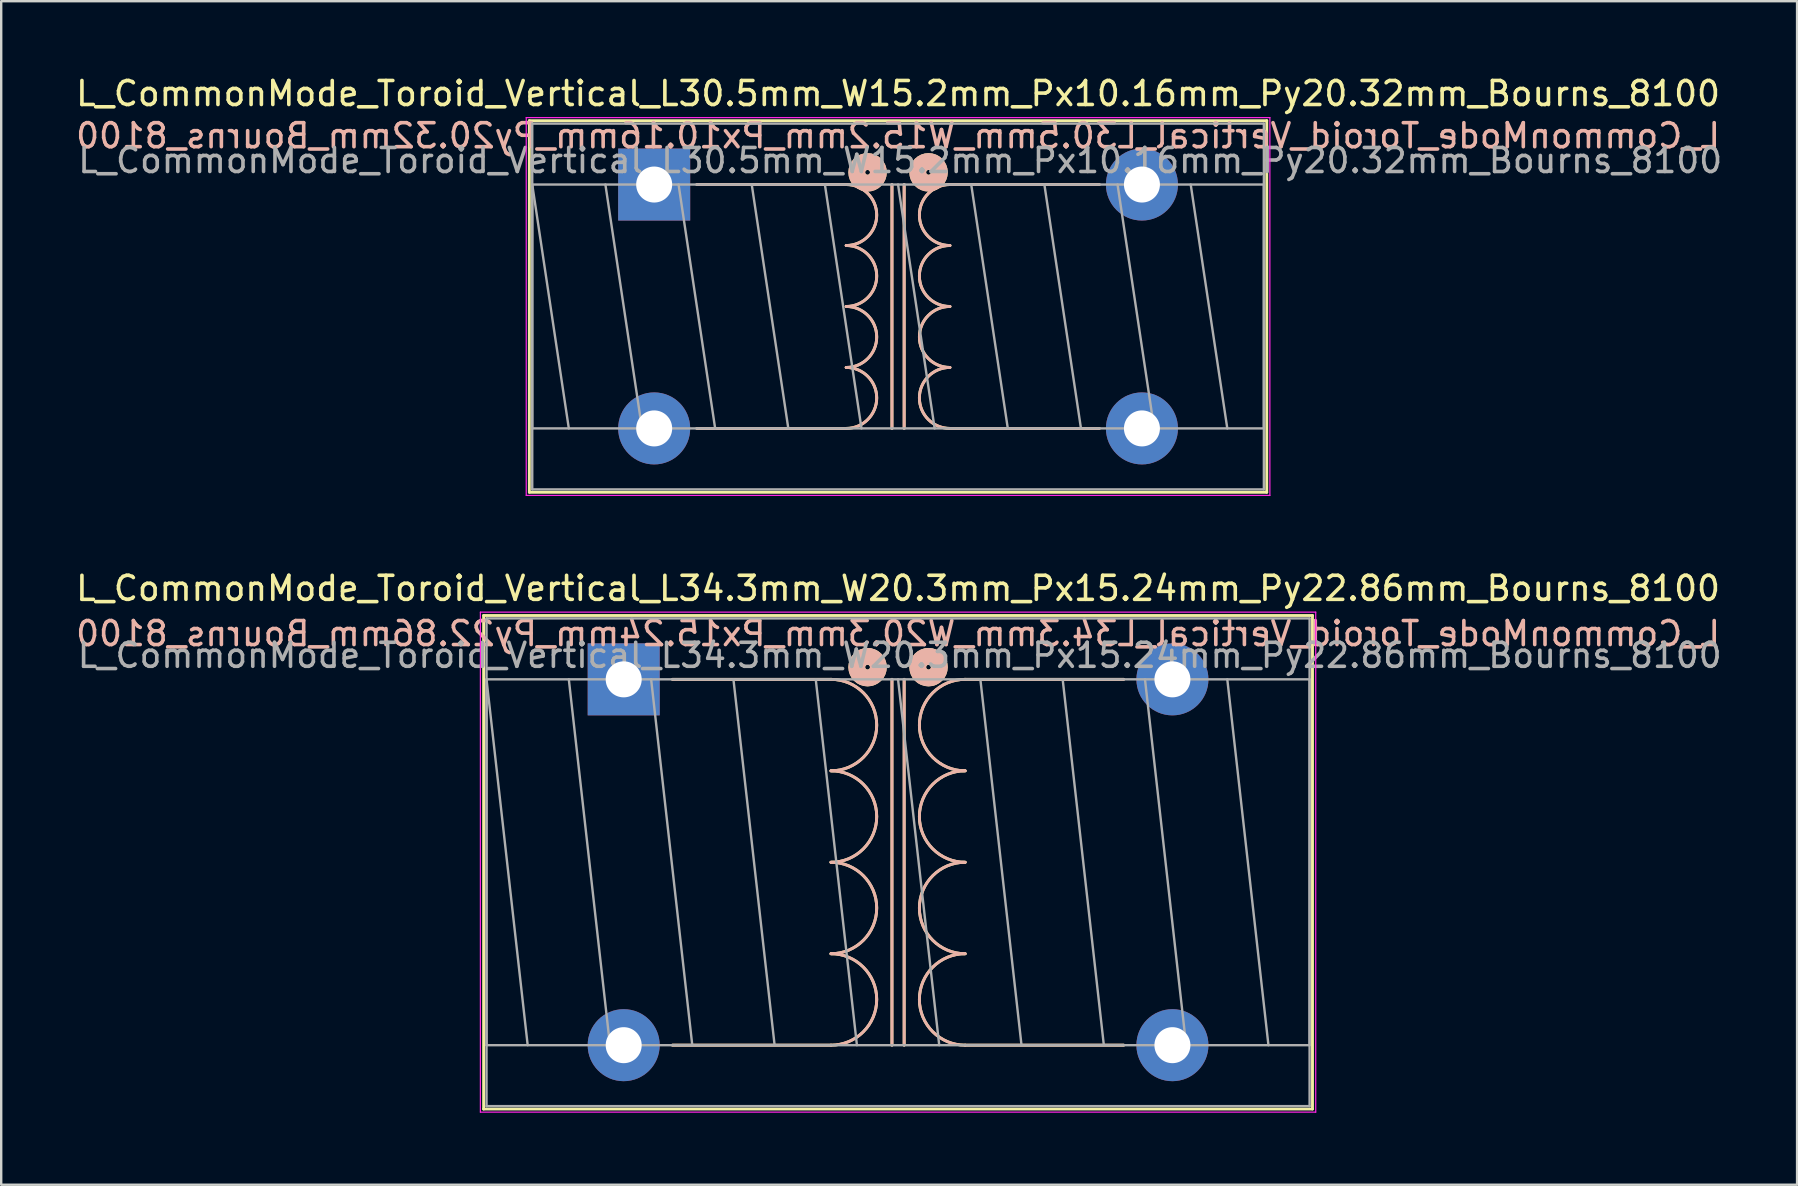
<source format=kicad_pcb>
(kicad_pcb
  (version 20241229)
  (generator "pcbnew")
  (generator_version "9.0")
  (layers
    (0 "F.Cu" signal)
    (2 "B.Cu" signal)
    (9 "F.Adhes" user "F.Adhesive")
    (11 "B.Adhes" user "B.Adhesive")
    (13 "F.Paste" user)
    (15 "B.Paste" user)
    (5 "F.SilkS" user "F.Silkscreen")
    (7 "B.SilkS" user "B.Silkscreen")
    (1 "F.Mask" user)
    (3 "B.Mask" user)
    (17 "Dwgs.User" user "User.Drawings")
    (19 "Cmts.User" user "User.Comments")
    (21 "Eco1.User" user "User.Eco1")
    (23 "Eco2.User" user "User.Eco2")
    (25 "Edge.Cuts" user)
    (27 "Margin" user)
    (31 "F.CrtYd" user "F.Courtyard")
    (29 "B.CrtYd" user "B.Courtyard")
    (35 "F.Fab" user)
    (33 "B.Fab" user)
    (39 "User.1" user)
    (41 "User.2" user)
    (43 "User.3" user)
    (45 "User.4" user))
  (footprint "L_CommonMode_Toroid_Vertical_L30.5mm_W15.2mm_Px10.16mm_Py20.32mm_Bourns_8100"
    (layer "F.Cu")
    (at 24.203 4.638)
    (property "Reference" "L_CommonMode_Toroid_Vertical_L30.5mm_W15.2mm_Px10.16mm_Py20.32mm_Bourns_8100" (at 10.16 -3.79 0) (layer "F.SilkS") (effects (font (size 1 1) (thickness 0.15))))
    (fp_line (start -5.2 -2.66) (end -5.2 12.82) (stroke (width 0.12) (type solid)) (layer "F.SilkS"))
    (fp_line (start -5.2 -2.66) (end 25.52 -2.66) (stroke (width 0.12) (type solid)) (layer "F.SilkS"))
    (fp_line (start -5.2 12.82) (end 25.52 12.82) (stroke (width 0.12) (type solid)) (layer "F.SilkS"))
    (fp_line (start 1.778 0) (end 8.001 0) (stroke (width 0.12) (type solid)) (layer "F.SilkS"))
    (fp_line (start 1.778 10.16) (end 8.001 10.16) (stroke (width 0.12) (type solid)) (layer "F.SilkS"))
    (fp_line (start 9.906 10.16) (end 9.906 0) (stroke (width 0.12) (type solid)) (layer "F.SilkS"))
    (fp_line (start 10.414 0) (end 10.414 10.16) (stroke (width 0.12) (type solid)) (layer "F.SilkS"))
    (fp_line (start 12.319 0) (end 18.542 0) (stroke (width 0.12) (type solid)) (layer "F.SilkS"))
    (fp_line (start 12.319 10.16) (end 18.542 10.16) (stroke (width 0.12) (type solid)) (layer "F.SilkS"))
    (fp_line (start 25.52 -2.66) (end 25.52 12.82) (stroke (width 0.12) (type solid)) (layer "F.SilkS"))
    (fp_arc (start 8.001 0) (mid 9.271 1.27) (end 8.001 2.54) (stroke (width 0.12) (type solid)) (layer "F.SilkS"))
    (fp_arc (start 8.001 2.54) (mid 9.271 3.81) (end 8.001 5.08) (stroke (width 0.12) (type solid)) (layer "F.SilkS"))
    (fp_arc (start 8.001 5.08) (mid 9.271 6.35) (end 8.001 7.62) (stroke (width 0.12) (type solid)) (layer "F.SilkS"))
    (fp_arc (start 8.001 7.62) (mid 9.271 8.89) (end 8.001 10.16) (stroke (width 0.12) (type solid)) (layer "F.SilkS"))
    (fp_arc (start 12.319 2.54) (mid 11.049 1.27) (end 12.319 0) (stroke (width 0.12) (type solid)) (layer "F.SilkS"))
    (fp_arc (start 12.319 5.08) (mid 11.049 3.81) (end 12.319 2.54) (stroke (width 0.12) (type solid)) (layer "F.SilkS"))
    (fp_arc (start 12.319 7.62) (mid 11.049 6.35) (end 12.319 5.08) (stroke (width 0.12) (type solid)) (layer "F.SilkS"))
    (fp_arc (start 12.319 10.16) (mid 11.049 8.89) (end 12.319 7.62) (stroke (width 0.12) (type solid)) (layer "F.SilkS"))
    (fp_circle (center 8.89 -0.508) (end 8.99 -0.508) (stroke (width 0.7) (type solid)) (fill no) (layer "F.SilkS"))
    (fp_circle (center 11.43 -0.508) (end 11.53 -0.508) (stroke (width 0.7) (type solid)) (fill no) (layer "F.SilkS"))
    (fp_line (start 8.001 0) (end 1.778 0) (stroke (width 0.12) (type solid)) (layer "B.SilkS"))
    (fp_line (start 8.001 10.16) (end 1.778 10.16) (stroke (width 0.12) (type solid)) (layer "B.SilkS"))
    (fp_line (start 9.906 0) (end 9.906 10.16) (stroke (width 0.12) (type solid)) (layer "B.SilkS"))
    (fp_line (start 10.414 10.16) (end 10.414 0) (stroke (width 0.12) (type solid)) (layer "B.SilkS"))
    (fp_line (start 18.542 0) (end 12.319 0) (stroke (width 0.12) (type solid)) (layer "B.SilkS"))
    (fp_line (start 18.542 10.16) (end 12.319 10.16) (stroke (width 0.12) (type solid)) (layer "B.SilkS"))
    (fp_arc (start 8.001 0) (mid 9.271 1.27) (end 8.001 2.54) (stroke (width 0.12) (type solid)) (layer "B.SilkS"))
    (fp_arc (start 8.001 2.54) (mid 9.271 3.81) (end 8.001 5.08) (stroke (width 0.12) (type solid)) (layer "B.SilkS"))
    (fp_arc (start 8.001 5.08) (mid 9.271 6.35) (end 8.001 7.62) (stroke (width 0.12) (type solid)) (layer "B.SilkS"))
    (fp_arc (start 8.001 7.62) (mid 9.271 8.89) (end 8.001 10.16) (stroke (width 0.12) (type solid)) (layer "B.SilkS"))
    (fp_arc (start 12.319 2.54) (mid 11.049 1.27) (end 12.319 0) (stroke (width 0.12) (type solid)) (layer "B.SilkS"))
    (fp_arc (start 12.319 5.08) (mid 11.049 3.81) (end 12.319 2.54) (stroke (width 0.12) (type solid)) (layer "B.SilkS"))
    (fp_arc (start 12.319 7.62) (mid 11.049 6.35) (end 12.319 5.08) (stroke (width 0.12) (type solid)) (layer "B.SilkS"))
    (fp_arc (start 12.319 10.16) (mid 11.049 8.89) (end 12.319 7.62) (stroke (width 0.12) (type solid)) (layer "B.SilkS"))
    (fp_circle (center 8.89 -0.508) (end 8.79 -0.508) (stroke (width 0.7) (type solid)) (fill no) (layer "B.SilkS"))
    (fp_circle (center 11.43 -0.508) (end 11.33 -0.508) (stroke (width 0.7) (type solid)) (fill no) (layer "B.SilkS"))
    (fp_line (start -5.33 -2.79) (end -5.33 12.95) (stroke (width 0.05) (type solid)) (layer "F.CrtYd"))
    (fp_line (start -5.33 12.95) (end 25.65 12.95) (stroke (width 0.05) (type solid)) (layer "F.CrtYd"))
    (fp_line (start 25.65 -2.79) (end -5.33 -2.79) (stroke (width 0.05) (type solid)) (layer "F.CrtYd"))
    (fp_line (start 25.65 12.95) (end 25.65 -2.79) (stroke (width 0.05) (type solid)) (layer "F.CrtYd"))
    (fp_line (start -5.08 -2.54) (end -5.08 12.7) (stroke (width 0.1) (type solid)) (layer "F.Fab"))
    (fp_line (start -5.08 0) (end -5.08 10.16) (stroke (width 0.1) (type solid)) (layer "F.Fab"))
    (fp_line (start -5.08 0) (end -3.556 10.16) (stroke (width 0.1) (type solid)) (layer "F.Fab"))
    (fp_line (start -5.08 10.16) (end 25.4 10.16) (stroke (width 0.1) (type solid)) (layer "F.Fab"))
    (fp_line (start -5.08 12.7) (end 25.4 12.7) (stroke (width 0.1) (type solid)) (layer "F.Fab"))
    (fp_line (start -2.032 0) (end -0.508 10.16) (stroke (width 0.1) (type solid)) (layer "F.Fab"))
    (fp_line (start 1.016 0) (end 2.54 10.16) (stroke (width 0.1) (type solid)) (layer "F.Fab"))
    (fp_line (start 4.064 0) (end 5.588 10.16) (stroke (width 0.1) (type solid)) (layer "F.Fab"))
    (fp_line (start 7.112 0) (end 8.636 10.16) (stroke (width 0.1) (type solid)) (layer "F.Fab"))
    (fp_line (start 10.16 0) (end 11.684 10.16) (stroke (width 0.1) (type solid)) (layer "F.Fab"))
    (fp_line (start 13.208 0) (end 14.732 10.16) (stroke (width 0.1) (type solid)) (layer "F.Fab"))
    (fp_line (start 16.256 0) (end 17.78 10.16) (stroke (width 0.1) (type solid)) (layer "F.Fab"))
    (fp_line (start 19.304 0) (end 20.828 10.16) (stroke (width 0.1) (type solid)) (layer "F.Fab"))
    (fp_line (start 22.352 0) (end 23.876 10.16) (stroke (width 0.1) (type solid)) (layer "F.Fab"))
    (fp_line (start 25.4 -2.54) (end -5.08 -2.54) (stroke (width 0.1) (type solid)) (layer "F.Fab"))
    (fp_line (start 25.4 0) (end -5.08 0) (stroke (width 0.1) (type solid)) (layer "F.Fab"))
    (fp_line (start 25.4 10.16) (end 25.4 0) (stroke (width 0.1) (type solid)) (layer "F.Fab"))
    (fp_line (start 25.4 12.7) (end 25.4 -2.54) (stroke (width 0.1) (type solid)) (layer "F.Fab"))
    (fp_text user "${REFERENCE}" (at 10.16 -2.032 0) (layer "B.SilkS") (effects (font (size 1 1) (thickness 0.15)) (justify mirror)))
    (fp_text user "${REFERENCE}" (at 10.25 -1 0) (layer "F.Fab") (effects (font (size 1 1) (thickness 0.15))))
    (pad "1" thru_hole rect (at 0 0) (size 3 3) (drill 1.5) (layers "*.Cu" "*.Mask"))
    (pad "2" thru_hole circle (at 0 10.16) (size 3 3) (drill 1.5) (layers "*.Cu" "*.Mask"))
    (pad "3" thru_hole circle (at 20.32 10.16) (size 3 3) (drill 1.5) (layers "*.Cu" "*.Mask"))
    (pad "4" thru_hole circle (at 20.32 0) (size 3 3) (drill 1.5) (layers "*.Cu" "*.Mask")))
  (footprint "L_CommonMode_Toroid_Vertical_L34.3mm_W20.3mm_Px15.24mm_Py22.86mm_Bourns_8100"
    (layer "F.Cu")
    (at 22.933 25.252)
    (property "Reference" "L_CommonMode_Toroid_Vertical_L34.3mm_W20.3mm_Px15.24mm_Py22.86mm_Bourns_8100" (at 11.43 -3.79 0) (layer "F.SilkS") (effects (font (size 1 1) (thickness 0.15))))
    (fp_line (start -5.835 -2.66) (end -5.835 17.9) (stroke (width 0.12) (type solid)) (layer "F.SilkS"))
    (fp_line (start -5.835 -2.66) (end 28.695 -2.66) (stroke (width 0.12) (type solid)) (layer "F.SilkS"))
    (fp_line (start -5.835 17.9) (end 28.695 17.9) (stroke (width 0.12) (type solid)) (layer "F.SilkS"))
    (fp_line (start 2.032 0) (end 8.636 0) (stroke (width 0.12) (type solid)) (layer "F.SilkS"))
    (fp_line (start 2.032 15.24) (end 8.636 15.24) (stroke (width 0.12) (type solid)) (layer "F.SilkS"))
    (fp_line (start 11.176 0) (end 11.176 15.24) (stroke (width 0.12) (type solid)) (layer "F.SilkS"))
    (fp_line (start 11.684 15.24) (end 11.684 0) (stroke (width 0.12) (type solid)) (layer "F.SilkS"))
    (fp_line (start 20.828 0) (end 14.224 0) (stroke (width 0.12) (type solid)) (layer "F.SilkS"))
    (fp_line (start 20.828 15.24) (end 14.224 15.24) (stroke (width 0.12) (type solid)) (layer "F.SilkS"))
    (fp_line (start 28.695 -2.66) (end 28.695 17.9) (stroke (width 0.12) (type solid)) (layer "F.SilkS"))
    (fp_arc (start 8.636 0) (mid 10.541 1.905) (end 8.636 3.81) (stroke (width 0.12) (type solid)) (layer "F.SilkS"))
    (fp_arc (start 8.636 3.81) (mid 10.541 5.715) (end 8.636 7.62) (stroke (width 0.12) (type solid)) (layer "F.SilkS"))
    (fp_arc (start 8.636 7.62) (mid 10.541 9.525) (end 8.636 11.43) (stroke (width 0.12) (type solid)) (layer "F.SilkS"))
    (fp_arc (start 8.636 11.43) (mid 10.541 13.335) (end 8.636 15.24) (stroke (width 0.12) (type solid)) (layer "F.SilkS"))
    (fp_arc (start 14.224 3.81) (mid 12.319 1.905) (end 14.224 0) (stroke (width 0.12) (type solid)) (layer "F.SilkS"))
    (fp_arc (start 14.224 7.62) (mid 12.319 5.715) (end 14.224 3.81) (stroke (width 0.12) (type solid)) (layer "F.SilkS"))
    (fp_arc (start 14.224 11.43) (mid 12.319 9.525) (end 14.224 7.62) (stroke (width 0.12) (type solid)) (layer "F.SilkS"))
    (fp_arc (start 14.224 15.24) (mid 12.319 13.335) (end 14.224 11.43) (stroke (width 0.12) (type solid)) (layer "F.SilkS"))
    (fp_circle (center 10.16 -0.508) (end 10.26 -0.508) (stroke (width 0.7) (type solid)) (fill no) (layer "F.SilkS"))
    (fp_circle (center 12.7 -0.508) (end 12.8 -0.508) (stroke (width 0.7) (type solid)) (fill no) (layer "F.SilkS"))
    (fp_line (start 2.032 0) (end 8.636 0) (stroke (width 0.12) (type solid)) (layer "B.SilkS"))
    (fp_line (start 2.032 15.24) (end 8.636 15.24) (stroke (width 0.12) (type solid)) (layer "B.SilkS"))
    (fp_line (start 11.176 15.24) (end 11.176 0) (stroke (width 0.12) (type solid)) (layer "B.SilkS"))
    (fp_line (start 11.684 0) (end 11.684 15.24) (stroke (width 0.12) (type solid)) (layer "B.SilkS"))
    (fp_line (start 20.828 0) (end 14.224 0) (stroke (width 0.12) (type solid)) (layer "B.SilkS"))
    (fp_line (start 20.828 15.24) (end 14.224 15.24) (stroke (width 0.12) (type solid)) (layer "B.SilkS"))
    (fp_arc (start 8.636 0) (mid 10.541 1.905) (end 8.636 3.81) (stroke (width 0.12) (type solid)) (layer "B.SilkS"))
    (fp_arc (start 8.636 3.81) (mid 10.541 5.715) (end 8.636 7.62) (stroke (width 0.12) (type solid)) (layer "B.SilkS"))
    (fp_arc (start 8.636 7.62) (mid 10.541 9.525) (end 8.636 11.43) (stroke (width 0.12) (type solid)) (layer "B.SilkS"))
    (fp_arc (start 8.636 11.43) (mid 10.541 13.335) (end 8.636 15.24) (stroke (width 0.12) (type solid)) (layer "B.SilkS"))
    (fp_arc (start 14.224 3.81) (mid 12.319 1.905) (end 14.224 0) (stroke (width 0.12) (type solid)) (layer "B.SilkS"))
    (fp_arc (start 14.224 7.62) (mid 12.319 5.715) (end 14.224 3.81) (stroke (width 0.12) (type solid)) (layer "B.SilkS"))
    (fp_arc (start 14.224 11.43) (mid 12.319 9.525) (end 14.224 7.62) (stroke (width 0.12) (type solid)) (layer "B.SilkS"))
    (fp_arc (start 14.224 15.24) (mid 12.319 13.335) (end 14.224 11.43) (stroke (width 0.12) (type solid)) (layer "B.SilkS"))
    (fp_circle (center 10.16 -0.508) (end 10.06 -0.508) (stroke (width 0.7) (type solid)) (fill no) (layer "B.SilkS"))
    (fp_circle (center 12.7 -0.508) (end 12.6 -0.508) (stroke (width 0.7) (type solid)) (fill no) (layer "B.SilkS"))
    (fp_line (start -5.97 -2.8) (end -5.97 18.03) (stroke (width 0.05) (type solid)) (layer "F.CrtYd"))
    (fp_line (start -5.97 18.03) (end 28.83 18.03) (stroke (width 0.05) (type solid)) (layer "F.CrtYd"))
    (fp_line (start 28.83 -2.8) (end -5.97 -2.8) (stroke (width 0.05) (type solid)) (layer "F.CrtYd"))
    (fp_line (start 28.83 18.03) (end 28.83 -2.8) (stroke (width 0.05) (type solid)) (layer "F.CrtYd"))
    (fp_line (start -5.715 -2.54) (end -5.715 17.78) (stroke (width 0.1) (type solid)) (layer "F.Fab"))
    (fp_line (start -5.715 0) (end -5.715 15.24) (stroke (width 0.1) (type solid)) (layer "F.Fab"))
    (fp_line (start -5.715 0) (end -4 15.24) (stroke (width 0.1) (type solid)) (layer "F.Fab"))
    (fp_line (start -5.715 15.24) (end 28.575 15.24) (stroke (width 0.1) (type solid)) (layer "F.Fab"))
    (fp_line (start -5.715 17.78) (end 28.575 17.78) (stroke (width 0.1) (type solid)) (layer "F.Fab"))
    (fp_line (start -2.286 0) (end -0.572 15.24) (stroke (width 0.1) (type solid)) (layer "F.Fab"))
    (fp_line (start 1.143 0) (end 2.857 15.24) (stroke (width 0.1) (type solid)) (layer "F.Fab"))
    (fp_line (start 4.572 0) (end 6.287 15.24) (stroke (width 0.1) (type solid)) (layer "F.Fab"))
    (fp_line (start 8.001 0) (end 9.716 15.24) (stroke (width 0.1) (type solid)) (layer "F.Fab"))
    (fp_line (start 11.43 0) (end 13.145 15.24) (stroke (width 0.1) (type solid)) (layer "F.Fab"))
    (fp_line (start 14.859 0) (end 16.573 15.24) (stroke (width 0.1) (type solid)) (layer "F.Fab"))
    (fp_line (start 18.288 0) (end 20.003 15.24) (stroke (width 0.1) (type solid)) (layer "F.Fab"))
    (fp_line (start 21.717 0) (end 23.431 15.24) (stroke (width 0.1) (type solid)) (layer "F.Fab"))
    (fp_line (start 25.146 0) (end 26.86 15.24) (stroke (width 0.1) (type solid)) (layer "F.Fab"))
    (fp_line (start 28.575 -2.54) (end -5.715 -2.54) (stroke (width 0.1) (type solid)) (layer "F.Fab"))
    (fp_line (start 28.575 0) (end -5.715 0) (stroke (width 0.1) (type solid)) (layer "F.Fab"))
    (fp_line (start 28.575 15.24) (end 28.575 0) (stroke (width 0.1) (type solid)) (layer "F.Fab"))
    (fp_line (start 28.575 17.78) (end 28.575 -2.54) (stroke (width 0.1) (type solid)) (layer "F.Fab"))
    (fp_text user "${REFERENCE}" (at 11.43 -1.905 0) (layer "B.SilkS") (effects (font (size 1 1) (thickness 0.15)) (justify mirror)))
    (fp_text user "${REFERENCE}" (at 11.5 -1 0) (layer "F.Fab") (effects (font (size 1 1) (thickness 0.15))))
    (pad "1" thru_hole rect (at 0 0) (size 3 3) (drill 1.5) (layers "*.Cu" "*.Mask"))
    (pad "2" thru_hole circle (at 0 15.24) (size 3 3) (drill 1.5) (layers "*.Cu" "*.Mask"))
    (pad "3" thru_hole circle (at 22.86 15.24) (size 3 3) (drill 1.5) (layers "*.Cu" "*.Mask"))
    (pad "4" thru_hole circle (at 22.86 0) (size 3 3) (drill 1.5) (layers "*.Cu" "*.Mask")))
  (gr_rect
    (start -3 -3)
    (end 71.816 46.306)
    (stroke (width 0.1) (type default))
    (fill no)
    (layer "Edge.Cuts")))
</source>
